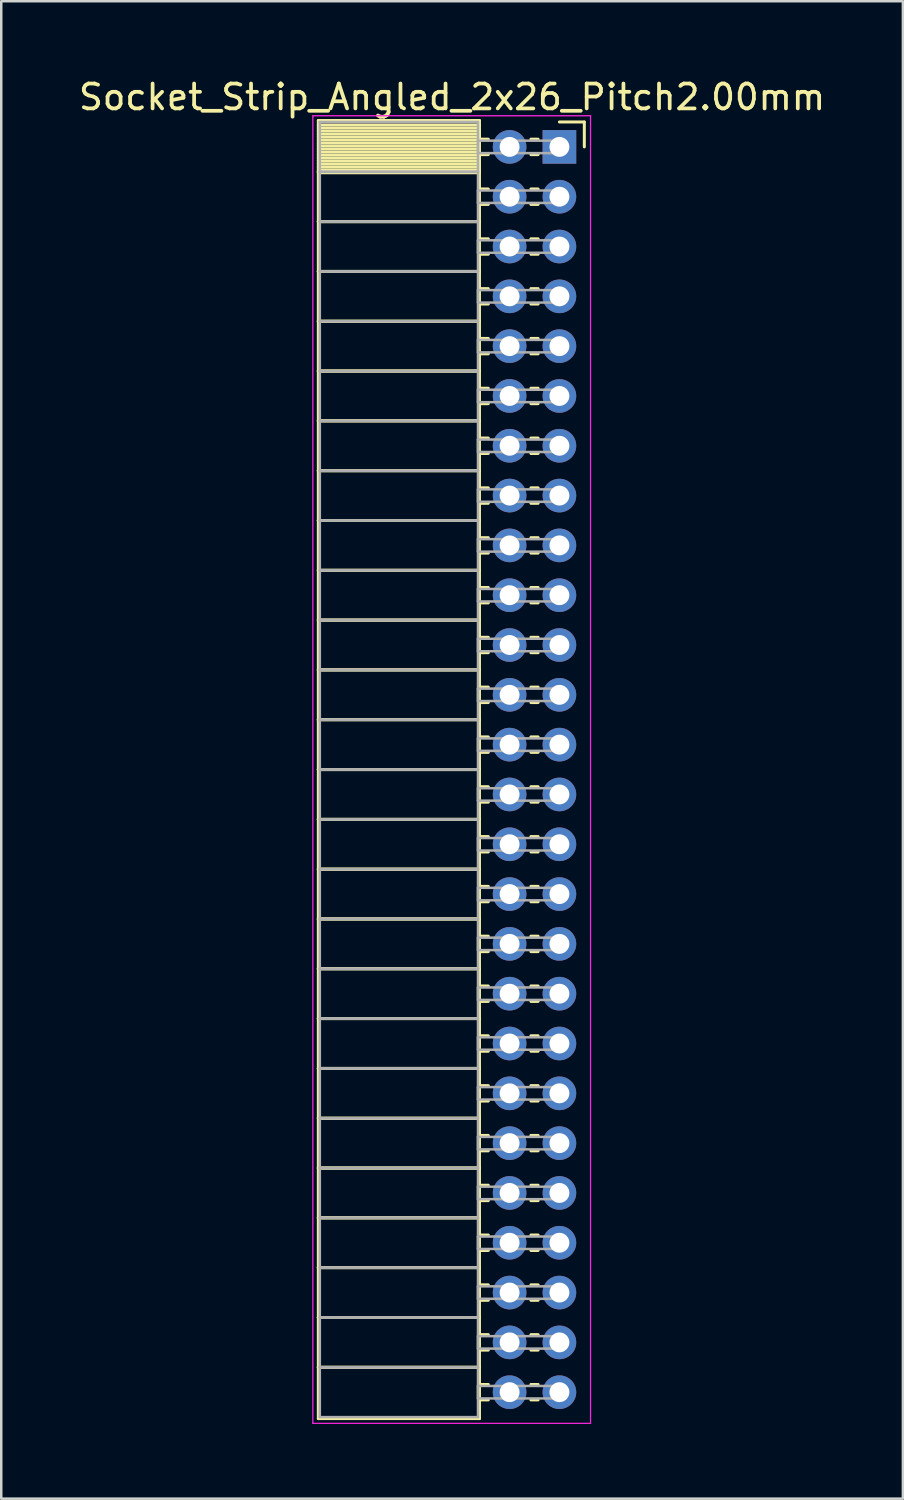
<source format=kicad_pcb>
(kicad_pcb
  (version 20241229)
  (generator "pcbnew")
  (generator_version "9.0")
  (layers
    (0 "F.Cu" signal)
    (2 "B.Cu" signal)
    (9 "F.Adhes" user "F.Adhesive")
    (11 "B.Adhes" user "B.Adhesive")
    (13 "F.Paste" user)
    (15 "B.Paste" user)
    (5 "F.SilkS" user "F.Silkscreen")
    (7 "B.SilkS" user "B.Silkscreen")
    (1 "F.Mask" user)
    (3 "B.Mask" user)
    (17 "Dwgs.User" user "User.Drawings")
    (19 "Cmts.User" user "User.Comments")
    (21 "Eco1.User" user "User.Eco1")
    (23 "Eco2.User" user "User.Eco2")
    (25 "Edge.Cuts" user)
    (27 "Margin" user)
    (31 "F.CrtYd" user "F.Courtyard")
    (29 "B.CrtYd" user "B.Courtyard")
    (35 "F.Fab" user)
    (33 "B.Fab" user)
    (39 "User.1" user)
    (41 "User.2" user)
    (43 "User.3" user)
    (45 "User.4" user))
  (footprint "Socket_Strip_Angled_2x26_Pitch2.00mm"
    (layer "F.Cu")
    (at 19.411 2.848)
    (property "Reference" "Socket_Strip_Angled_2x26_Pitch2.00mm" (at -4.31 -2 0) (layer "F.SilkS") (effects (font (size 1 1) (thickness 0.15))))
    (attr through_hole)
    (fp_line (start -9.68 -1.06) (end -3.21 -1.06) (stroke (width 0.12) (type solid)) (layer "F.SilkS"))
    (fp_line (start -9.68 1) (end -9.68 -1.06) (stroke (width 0.12) (type solid)) (layer "F.SilkS"))
    (fp_line (start -9.68 1) (end -3.21 1) (stroke (width 0.12) (type solid)) (layer "F.SilkS"))
    (fp_line (start -9.68 3) (end -9.68 1) (stroke (width 0.12) (type solid)) (layer "F.SilkS"))
    (fp_line (start -9.68 3) (end -3.21 3) (stroke (width 0.12) (type solid)) (layer "F.SilkS"))
    (fp_line (start -9.68 5) (end -9.68 3) (stroke (width 0.12) (type solid)) (layer "F.SilkS"))
    (fp_line (start -9.68 5) (end -3.21 5) (stroke (width 0.12) (type solid)) (layer "F.SilkS"))
    (fp_line (start -9.68 7) (end -9.68 5) (stroke (width 0.12) (type solid)) (layer "F.SilkS"))
    (fp_line (start -9.68 7) (end -3.21 7) (stroke (width 0.12) (type solid)) (layer "F.SilkS"))
    (fp_line (start -9.68 9) (end -9.68 7) (stroke (width 0.12) (type solid)) (layer "F.SilkS"))
    (fp_line (start -9.68 9) (end -3.21 9) (stroke (width 0.12) (type solid)) (layer "F.SilkS"))
    (fp_line (start -9.68 11) (end -9.68 9) (stroke (width 0.12) (type solid)) (layer "F.SilkS"))
    (fp_line (start -9.68 11) (end -3.21 11) (stroke (width 0.12) (type solid)) (layer "F.SilkS"))
    (fp_line (start -9.68 13) (end -9.68 11) (stroke (width 0.12) (type solid)) (layer "F.SilkS"))
    (fp_line (start -9.68 13) (end -3.21 13) (stroke (width 0.12) (type solid)) (layer "F.SilkS"))
    (fp_line (start -9.68 15) (end -9.68 13) (stroke (width 0.12) (type solid)) (layer "F.SilkS"))
    (fp_line (start -9.68 15) (end -3.21 15) (stroke (width 0.12) (type solid)) (layer "F.SilkS"))
    (fp_line (start -9.68 17) (end -9.68 15) (stroke (width 0.12) (type solid)) (layer "F.SilkS"))
    (fp_line (start -9.68 17) (end -3.21 17) (stroke (width 0.12) (type solid)) (layer "F.SilkS"))
    (fp_line (start -9.68 19) (end -9.68 17) (stroke (width 0.12) (type solid)) (layer "F.SilkS"))
    (fp_line (start -9.68 19) (end -3.21 19) (stroke (width 0.12) (type solid)) (layer "F.SilkS"))
    (fp_line (start -9.68 21) (end -9.68 19) (stroke (width 0.12) (type solid)) (layer "F.SilkS"))
    (fp_line (start -9.68 21) (end -3.21 21) (stroke (width 0.12) (type solid)) (layer "F.SilkS"))
    (fp_line (start -9.68 23) (end -9.68 21) (stroke (width 0.12) (type solid)) (layer "F.SilkS"))
    (fp_line (start -9.68 23) (end -3.21 23) (stroke (width 0.12) (type solid)) (layer "F.SilkS"))
    (fp_line (start -9.68 25) (end -9.68 23) (stroke (width 0.12) (type solid)) (layer "F.SilkS"))
    (fp_line (start -9.68 25) (end -3.21 25) (stroke (width 0.12) (type solid)) (layer "F.SilkS"))
    (fp_line (start -9.68 27) (end -9.68 25) (stroke (width 0.12) (type solid)) (layer "F.SilkS"))
    (fp_line (start -9.68 27) (end -3.21 27) (stroke (width 0.12) (type solid)) (layer "F.SilkS"))
    (fp_line (start -9.68 29) (end -9.68 27) (stroke (width 0.12) (type solid)) (layer "F.SilkS"))
    (fp_line (start -9.68 29) (end -3.21 29) (stroke (width 0.12) (type solid)) (layer "F.SilkS"))
    (fp_line (start -9.68 31) (end -9.68 29) (stroke (width 0.12) (type solid)) (layer "F.SilkS"))
    (fp_line (start -9.68 31) (end -3.21 31) (stroke (width 0.12) (type solid)) (layer "F.SilkS"))
    (fp_line (start -9.68 33) (end -9.68 31) (stroke (width 0.12) (type solid)) (layer "F.SilkS"))
    (fp_line (start -9.68 33) (end -3.21 33) (stroke (width 0.12) (type solid)) (layer "F.SilkS"))
    (fp_line (start -9.68 35) (end -9.68 33) (stroke (width 0.12) (type solid)) (layer "F.SilkS"))
    (fp_line (start -9.68 35) (end -3.21 35) (stroke (width 0.12) (type solid)) (layer "F.SilkS"))
    (fp_line (start -9.68 37) (end -9.68 35) (stroke (width 0.12) (type solid)) (layer "F.SilkS"))
    (fp_line (start -9.68 37) (end -3.21 37) (stroke (width 0.12) (type solid)) (layer "F.SilkS"))
    (fp_line (start -9.68 39) (end -9.68 37) (stroke (width 0.12) (type solid)) (layer "F.SilkS"))
    (fp_line (start -9.68 39) (end -3.21 39) (stroke (width 0.12) (type solid)) (layer "F.SilkS"))
    (fp_line (start -9.68 41) (end -9.68 39) (stroke (width 0.12) (type solid)) (layer "F.SilkS"))
    (fp_line (start -9.68 41) (end -3.21 41) (stroke (width 0.12) (type solid)) (layer "F.SilkS"))
    (fp_line (start -9.68 43) (end -9.68 41) (stroke (width 0.12) (type solid)) (layer "F.SilkS"))
    (fp_line (start -9.68 43) (end -3.21 43) (stroke (width 0.12) (type solid)) (layer "F.SilkS"))
    (fp_line (start -9.68 45) (end -9.68 43) (stroke (width 0.12) (type solid)) (layer "F.SilkS"))
    (fp_line (start -9.68 45) (end -3.21 45) (stroke (width 0.12) (type solid)) (layer "F.SilkS"))
    (fp_line (start -9.68 47) (end -9.68 45) (stroke (width 0.12) (type solid)) (layer "F.SilkS"))
    (fp_line (start -9.68 47) (end -3.21 47) (stroke (width 0.12) (type solid)) (layer "F.SilkS"))
    (fp_line (start -9.68 49) (end -9.68 47) (stroke (width 0.12) (type solid)) (layer "F.SilkS"))
    (fp_line (start -9.68 49) (end -3.21 49) (stroke (width 0.12) (type solid)) (layer "F.SilkS"))
    (fp_line (start -9.68 51.06) (end -9.68 49) (stroke (width 0.12) (type solid)) (layer "F.SilkS"))
    (fp_line (start -3.21 -1.06) (end -3.21 1) (stroke (width 0.12) (type solid)) (layer "F.SilkS"))
    (fp_line (start -3.21 -0.88) (end -9.68 -0.88) (stroke (width 0.12) (type solid)) (layer "F.SilkS"))
    (fp_line (start -3.21 -0.76) (end -9.68 -0.76) (stroke (width 0.12) (type solid)) (layer "F.SilkS"))
    (fp_line (start -3.21 -0.64) (end -9.68 -0.64) (stroke (width 0.12) (type solid)) (layer "F.SilkS"))
    (fp_line (start -3.21 -0.52) (end -9.68 -0.52) (stroke (width 0.12) (type solid)) (layer "F.SilkS"))
    (fp_line (start -3.21 -0.4) (end -9.68 -0.4) (stroke (width 0.12) (type solid)) (layer "F.SilkS"))
    (fp_line (start -3.21 -0.28) (end -9.68 -0.28) (stroke (width 0.12) (type solid)) (layer "F.SilkS"))
    (fp_line (start -3.21 -0.16) (end -9.68 -0.16) (stroke (width 0.12) (type solid)) (layer "F.SilkS"))
    (fp_line (start -3.21 -0.04) (end -9.68 -0.04) (stroke (width 0.12) (type solid)) (layer "F.SilkS"))
    (fp_line (start -3.21 0.08) (end -9.68 0.08) (stroke (width 0.12) (type solid)) (layer "F.SilkS"))
    (fp_line (start -3.21 0.2) (end -9.68 0.2) (stroke (width 0.12) (type solid)) (layer "F.SilkS"))
    (fp_line (start -3.21 0.32) (end -9.68 0.32) (stroke (width 0.12) (type solid)) (layer "F.SilkS"))
    (fp_line (start -3.21 0.44) (end -9.68 0.44) (stroke (width 0.12) (type solid)) (layer "F.SilkS"))
    (fp_line (start -3.21 0.56) (end -9.68 0.56) (stroke (width 0.12) (type solid)) (layer "F.SilkS"))
    (fp_line (start -3.21 0.68) (end -9.68 0.68) (stroke (width 0.12) (type solid)) (layer "F.SilkS"))
    (fp_line (start -3.21 0.8) (end -9.68 0.8) (stroke (width 0.12) (type solid)) (layer "F.SilkS"))
    (fp_line (start -3.21 0.92) (end -9.68 0.92) (stroke (width 0.12) (type solid)) (layer "F.SilkS"))
    (fp_line (start -3.21 1) (end -9.68 1) (stroke (width 0.12) (type solid)) (layer "F.SilkS"))
    (fp_line (start -3.21 1) (end -3.21 3) (stroke (width 0.12) (type solid)) (layer "F.SilkS"))
    (fp_line (start -3.21 1.04) (end -9.68 1.04) (stroke (width 0.12) (type solid)) (layer "F.SilkS"))
    (fp_line (start -3.21 3) (end -9.68 3) (stroke (width 0.12) (type solid)) (layer "F.SilkS"))
    (fp_line (start -3.21 3) (end -3.21 5) (stroke (width 0.12) (type solid)) (layer "F.SilkS"))
    (fp_line (start -3.21 5) (end -9.68 5) (stroke (width 0.12) (type solid)) (layer "F.SilkS"))
    (fp_line (start -3.21 5) (end -3.21 7) (stroke (width 0.12) (type solid)) (layer "F.SilkS"))
    (fp_line (start -3.21 7) (end -9.68 7) (stroke (width 0.12) (type solid)) (layer "F.SilkS"))
    (fp_line (start -3.21 7) (end -3.21 9) (stroke (width 0.12) (type solid)) (layer "F.SilkS"))
    (fp_line (start -3.21 9) (end -9.68 9) (stroke (width 0.12) (type solid)) (layer "F.SilkS"))
    (fp_line (start -3.21 9) (end -3.21 11) (stroke (width 0.12) (type solid)) (layer "F.SilkS"))
    (fp_line (start -3.21 11) (end -9.68 11) (stroke (width 0.12) (type solid)) (layer "F.SilkS"))
    (fp_line (start -3.21 11) (end -3.21 13) (stroke (width 0.12) (type solid)) (layer "F.SilkS"))
    (fp_line (start -3.21 13) (end -9.68 13) (stroke (width 0.12) (type solid)) (layer "F.SilkS"))
    (fp_line (start -3.21 13) (end -3.21 15) (stroke (width 0.12) (type solid)) (layer "F.SilkS"))
    (fp_line (start -3.21 15) (end -9.68 15) (stroke (width 0.12) (type solid)) (layer "F.SilkS"))
    (fp_line (start -3.21 15) (end -3.21 17) (stroke (width 0.12) (type solid)) (layer "F.SilkS"))
    (fp_line (start -3.21 17) (end -9.68 17) (stroke (width 0.12) (type solid)) (layer "F.SilkS"))
    (fp_line (start -3.21 17) (end -3.21 19) (stroke (width 0.12) (type solid)) (layer "F.SilkS"))
    (fp_line (start -3.21 19) (end -9.68 19) (stroke (width 0.12) (type solid)) (layer "F.SilkS"))
    (fp_line (start -3.21 19) (end -3.21 21) (stroke (width 0.12) (type solid)) (layer "F.SilkS"))
    (fp_line (start -3.21 21) (end -9.68 21) (stroke (width 0.12) (type solid)) (layer "F.SilkS"))
    (fp_line (start -3.21 21) (end -3.21 23) (stroke (width 0.12) (type solid)) (layer "F.SilkS"))
    (fp_line (start -3.21 23) (end -9.68 23) (stroke (width 0.12) (type solid)) (layer "F.SilkS"))
    (fp_line (start -3.21 23) (end -3.21 25) (stroke (width 0.12) (type solid)) (layer "F.SilkS"))
    (fp_line (start -3.21 25) (end -9.68 25) (stroke (width 0.12) (type solid)) (layer "F.SilkS"))
    (fp_line (start -3.21 25) (end -3.21 27) (stroke (width 0.12) (type solid)) (layer "F.SilkS"))
    (fp_line (start -3.21 27) (end -9.68 27) (stroke (width 0.12) (type solid)) (layer "F.SilkS"))
    (fp_line (start -3.21 27) (end -3.21 29) (stroke (width 0.12) (type solid)) (layer "F.SilkS"))
    (fp_line (start -3.21 29) (end -9.68 29) (stroke (width 0.12) (type solid)) (layer "F.SilkS"))
    (fp_line (start -3.21 29) (end -3.21 31) (stroke (width 0.12) (type solid)) (layer "F.SilkS"))
    (fp_line (start -3.21 31) (end -9.68 31) (stroke (width 0.12) (type solid)) (layer "F.SilkS"))
    (fp_line (start -3.21 31) (end -3.21 33) (stroke (width 0.12) (type solid)) (layer "F.SilkS"))
    (fp_line (start -3.21 33) (end -9.68 33) (stroke (width 0.12) (type solid)) (layer "F.SilkS"))
    (fp_line (start -3.21 33) (end -3.21 35) (stroke (width 0.12) (type solid)) (layer "F.SilkS"))
    (fp_line (start -3.21 35) (end -9.68 35) (stroke (width 0.12) (type solid)) (layer "F.SilkS"))
    (fp_line (start -3.21 35) (end -3.21 37) (stroke (width 0.12) (type solid)) (layer "F.SilkS"))
    (fp_line (start -3.21 37) (end -9.68 37) (stroke (width 0.12) (type solid)) (layer "F.SilkS"))
    (fp_line (start -3.21 37) (end -3.21 39) (stroke (width 0.12) (type solid)) (layer "F.SilkS"))
    (fp_line (start -3.21 39) (end -9.68 39) (stroke (width 0.12) (type solid)) (layer "F.SilkS"))
    (fp_line (start -3.21 39) (end -3.21 41) (stroke (width 0.12) (type solid)) (layer "F.SilkS"))
    (fp_line (start -3.21 41) (end -9.68 41) (stroke (width 0.12) (type solid)) (layer "F.SilkS"))
    (fp_line (start -3.21 41) (end -3.21 43) (stroke (width 0.12) (type solid)) (layer "F.SilkS"))
    (fp_line (start -3.21 43) (end -9.68 43) (stroke (width 0.12) (type solid)) (layer "F.SilkS"))
    (fp_line (start -3.21 43) (end -3.21 45) (stroke (width 0.12) (type solid)) (layer "F.SilkS"))
    (fp_line (start -3.21 45) (end -9.68 45) (stroke (width 0.12) (type solid)) (layer "F.SilkS"))
    (fp_line (start -3.21 45) (end -3.21 47) (stroke (width 0.12) (type solid)) (layer "F.SilkS"))
    (fp_line (start -3.21 47) (end -9.68 47) (stroke (width 0.12) (type solid)) (layer "F.SilkS"))
    (fp_line (start -3.21 47) (end -3.21 49) (stroke (width 0.12) (type solid)) (layer "F.SilkS"))
    (fp_line (start -3.21 49) (end -9.68 49) (stroke (width 0.12) (type solid)) (layer "F.SilkS"))
    (fp_line (start -3.21 49) (end -3.21 51.06) (stroke (width 0.12) (type solid)) (layer "F.SilkS"))
    (fp_line (start -3.21 51.06) (end -9.68 51.06) (stroke (width 0.12) (type solid)) (layer "F.SilkS"))
    (fp_line (start -2.855 -0.31) (end -3.21 -0.31) (stroke (width 0.12) (type solid)) (layer "F.SilkS"))
    (fp_line (start -2.855 0.31) (end -3.21 0.31) (stroke (width 0.12) (type solid)) (layer "F.SilkS"))
    (fp_line (start -2.855 1.69) (end -3.21 1.69) (stroke (width 0.12) (type solid)) (layer "F.SilkS"))
    (fp_line (start -2.855 2.31) (end -3.21 2.31) (stroke (width 0.12) (type solid)) (layer "F.SilkS"))
    (fp_line (start -2.855 3.69) (end -3.21 3.69) (stroke (width 0.12) (type solid)) (layer "F.SilkS"))
    (fp_line (start -2.855 4.31) (end -3.21 4.31) (stroke (width 0.12) (type solid)) (layer "F.SilkS"))
    (fp_line (start -2.855 5.69) (end -3.21 5.69) (stroke (width 0.12) (type solid)) (layer "F.SilkS"))
    (fp_line (start -2.855 6.31) (end -3.21 6.31) (stroke (width 0.12) (type solid)) (layer "F.SilkS"))
    (fp_line (start -2.855 7.69) (end -3.21 7.69) (stroke (width 0.12) (type solid)) (layer "F.SilkS"))
    (fp_line (start -2.855 8.31) (end -3.21 8.31) (stroke (width 0.12) (type solid)) (layer "F.SilkS"))
    (fp_line (start -2.855 9.69) (end -3.21 9.69) (stroke (width 0.12) (type solid)) (layer "F.SilkS"))
    (fp_line (start -2.855 10.31) (end -3.21 10.31) (stroke (width 0.12) (type solid)) (layer "F.SilkS"))
    (fp_line (start -2.855 11.69) (end -3.21 11.69) (stroke (width 0.12) (type solid)) (layer "F.SilkS"))
    (fp_line (start -2.855 12.31) (end -3.21 12.31) (stroke (width 0.12) (type solid)) (layer "F.SilkS"))
    (fp_line (start -2.855 13.69) (end -3.21 13.69) (stroke (width 0.12) (type solid)) (layer "F.SilkS"))
    (fp_line (start -2.855 14.31) (end -3.21 14.31) (stroke (width 0.12) (type solid)) (layer "F.SilkS"))
    (fp_line (start -2.855 15.69) (end -3.21 15.69) (stroke (width 0.12) (type solid)) (layer "F.SilkS"))
    (fp_line (start -2.855 16.31) (end -3.21 16.31) (stroke (width 0.12) (type solid)) (layer "F.SilkS"))
    (fp_line (start -2.855 17.69) (end -3.21 17.69) (stroke (width 0.12) (type solid)) (layer "F.SilkS"))
    (fp_line (start -2.855 18.31) (end -3.21 18.31) (stroke (width 0.12) (type solid)) (layer "F.SilkS"))
    (fp_line (start -2.855 19.69) (end -3.21 19.69) (stroke (width 0.12) (type solid)) (layer "F.SilkS"))
    (fp_line (start -2.855 20.31) (end -3.21 20.31) (stroke (width 0.12) (type solid)) (layer "F.SilkS"))
    (fp_line (start -2.855 21.69) (end -3.21 21.69) (stroke (width 0.12) (type solid)) (layer "F.SilkS"))
    (fp_line (start -2.855 22.31) (end -3.21 22.31) (stroke (width 0.12) (type solid)) (layer "F.SilkS"))
    (fp_line (start -2.855 23.69) (end -3.21 23.69) (stroke (width 0.12) (type solid)) (layer "F.SilkS"))
    (fp_line (start -2.855 24.31) (end -3.21 24.31) (stroke (width 0.12) (type solid)) (layer "F.SilkS"))
    (fp_line (start -2.855 25.69) (end -3.21 25.69) (stroke (width 0.12) (type solid)) (layer "F.SilkS"))
    (fp_line (start -2.855 26.31) (end -3.21 26.31) (stroke (width 0.12) (type solid)) (layer "F.SilkS"))
    (fp_line (start -2.855 27.69) (end -3.21 27.69) (stroke (width 0.12) (type solid)) (layer "F.SilkS"))
    (fp_line (start -2.855 28.31) (end -3.21 28.31) (stroke (width 0.12) (type solid)) (layer "F.SilkS"))
    (fp_line (start -2.855 29.69) (end -3.21 29.69) (stroke (width 0.12) (type solid)) (layer "F.SilkS"))
    (fp_line (start -2.855 30.31) (end -3.21 30.31) (stroke (width 0.12) (type solid)) (layer "F.SilkS"))
    (fp_line (start -2.855 31.69) (end -3.21 31.69) (stroke (width 0.12) (type solid)) (layer "F.SilkS"))
    (fp_line (start -2.855 32.31) (end -3.21 32.31) (stroke (width 0.12) (type solid)) (layer "F.SilkS"))
    (fp_line (start -2.855 33.69) (end -3.21 33.69) (stroke (width 0.12) (type solid)) (layer "F.SilkS"))
    (fp_line (start -2.855 34.31) (end -3.21 34.31) (stroke (width 0.12) (type solid)) (layer "F.SilkS"))
    (fp_line (start -2.855 35.69) (end -3.21 35.69) (stroke (width 0.12) (type solid)) (layer "F.SilkS"))
    (fp_line (start -2.855 36.31) (end -3.21 36.31) (stroke (width 0.12) (type solid)) (layer "F.SilkS"))
    (fp_line (start -2.855 37.69) (end -3.21 37.69) (stroke (width 0.12) (type solid)) (layer "F.SilkS"))
    (fp_line (start -2.855 38.31) (end -3.21 38.31) (stroke (width 0.12) (type solid)) (layer "F.SilkS"))
    (fp_line (start -2.855 39.69) (end -3.21 39.69) (stroke (width 0.12) (type solid)) (layer "F.SilkS"))
    (fp_line (start -2.855 40.31) (end -3.21 40.31) (stroke (width 0.12) (type solid)) (layer "F.SilkS"))
    (fp_line (start -2.855 41.69) (end -3.21 41.69) (stroke (width 0.12) (type solid)) (layer "F.SilkS"))
    (fp_line (start -2.855 42.31) (end -3.21 42.31) (stroke (width 0.12) (type solid)) (layer "F.SilkS"))
    (fp_line (start -2.855 43.69) (end -3.21 43.69) (stroke (width 0.12) (type solid)) (layer "F.SilkS"))
    (fp_line (start -2.855 44.31) (end -3.21 44.31) (stroke (width 0.12) (type solid)) (layer "F.SilkS"))
    (fp_line (start -2.855 45.69) (end -3.21 45.69) (stroke (width 0.12) (type solid)) (layer "F.SilkS"))
    (fp_line (start -2.855 46.31) (end -3.21 46.31) (stroke (width 0.12) (type solid)) (layer "F.SilkS"))
    (fp_line (start -2.855 47.69) (end -3.21 47.69) (stroke (width 0.12) (type solid)) (layer "F.SilkS"))
    (fp_line (start -2.855 48.31) (end -3.21 48.31) (stroke (width 0.12) (type solid)) (layer "F.SilkS"))
    (fp_line (start -2.855 49.69) (end -3.21 49.69) (stroke (width 0.12) (type solid)) (layer "F.SilkS"))
    (fp_line (start -2.855 50.31) (end -3.21 50.31) (stroke (width 0.12) (type solid)) (layer "F.SilkS"))
    (fp_line (start -0.855 -0.31) (end -1.145 -0.31) (stroke (width 0.12) (type solid)) (layer "F.SilkS"))
    (fp_line (start -0.855 0.31) (end -1.145 0.31) (stroke (width 0.12) (type solid)) (layer "F.SilkS"))
    (fp_line (start -0.855 1.69) (end -1.145 1.69) (stroke (width 0.12) (type solid)) (layer "F.SilkS"))
    (fp_line (start -0.855 2.31) (end -1.145 2.31) (stroke (width 0.12) (type solid)) (layer "F.SilkS"))
    (fp_line (start -0.855 3.69) (end -1.145 3.69) (stroke (width 0.12) (type solid)) (layer "F.SilkS"))
    (fp_line (start -0.855 4.31) (end -1.145 4.31) (stroke (width 0.12) (type solid)) (layer "F.SilkS"))
    (fp_line (start -0.855 5.69) (end -1.145 5.69) (stroke (width 0.12) (type solid)) (layer "F.SilkS"))
    (fp_line (start -0.855 6.31) (end -1.145 6.31) (stroke (width 0.12) (type solid)) (layer "F.SilkS"))
    (fp_line (start -0.855 7.69) (end -1.145 7.69) (stroke (width 0.12) (type solid)) (layer "F.SilkS"))
    (fp_line (start -0.855 8.31) (end -1.145 8.31) (stroke (width 0.12) (type solid)) (layer "F.SilkS"))
    (fp_line (start -0.855 9.69) (end -1.145 9.69) (stroke (width 0.12) (type solid)) (layer "F.SilkS"))
    (fp_line (start -0.855 10.31) (end -1.145 10.31) (stroke (width 0.12) (type solid)) (layer "F.SilkS"))
    (fp_line (start -0.855 11.69) (end -1.145 11.69) (stroke (width 0.12) (type solid)) (layer "F.SilkS"))
    (fp_line (start -0.855 12.31) (end -1.145 12.31) (stroke (width 0.12) (type solid)) (layer "F.SilkS"))
    (fp_line (start -0.855 13.69) (end -1.145 13.69) (stroke (width 0.12) (type solid)) (layer "F.SilkS"))
    (fp_line (start -0.855 14.31) (end -1.145 14.31) (stroke (width 0.12) (type solid)) (layer "F.SilkS"))
    (fp_line (start -0.855 15.69) (end -1.145 15.69) (stroke (width 0.12) (type solid)) (layer "F.SilkS"))
    (fp_line (start -0.855 16.31) (end -1.145 16.31) (stroke (width 0.12) (type solid)) (layer "F.SilkS"))
    (fp_line (start -0.855 17.69) (end -1.145 17.69) (stroke (width 0.12) (type solid)) (layer "F.SilkS"))
    (fp_line (start -0.855 18.31) (end -1.145 18.31) (stroke (width 0.12) (type solid)) (layer "F.SilkS"))
    (fp_line (start -0.855 19.69) (end -1.145 19.69) (stroke (width 0.12) (type solid)) (layer "F.SilkS"))
    (fp_line (start -0.855 20.31) (end -1.145 20.31) (stroke (width 0.12) (type solid)) (layer "F.SilkS"))
    (fp_line (start -0.855 21.69) (end -1.145 21.69) (stroke (width 0.12) (type solid)) (layer "F.SilkS"))
    (fp_line (start -0.855 22.31) (end -1.145 22.31) (stroke (width 0.12) (type solid)) (layer "F.SilkS"))
    (fp_line (start -0.855 23.69) (end -1.145 23.69) (stroke (width 0.12) (type solid)) (layer "F.SilkS"))
    (fp_line (start -0.855 24.31) (end -1.145 24.31) (stroke (width 0.12) (type solid)) (layer "F.SilkS"))
    (fp_line (start -0.855 25.69) (end -1.145 25.69) (stroke (width 0.12) (type solid)) (layer "F.SilkS"))
    (fp_line (start -0.855 26.31) (end -1.145 26.31) (stroke (width 0.12) (type solid)) (layer "F.SilkS"))
    (fp_line (start -0.855 27.69) (end -1.145 27.69) (stroke (width 0.12) (type solid)) (layer "F.SilkS"))
    (fp_line (start -0.855 28.31) (end -1.145 28.31) (stroke (width 0.12) (type solid)) (layer "F.SilkS"))
    (fp_line (start -0.855 29.69) (end -1.145 29.69) (stroke (width 0.12) (type solid)) (layer "F.SilkS"))
    (fp_line (start -0.855 30.31) (end -1.145 30.31) (stroke (width 0.12) (type solid)) (layer "F.SilkS"))
    (fp_line (start -0.855 31.69) (end -1.145 31.69) (stroke (width 0.12) (type solid)) (layer "F.SilkS"))
    (fp_line (start -0.855 32.31) (end -1.145 32.31) (stroke (width 0.12) (type solid)) (layer "F.SilkS"))
    (fp_line (start -0.855 33.69) (end -1.145 33.69) (stroke (width 0.12) (type solid)) (layer "F.SilkS"))
    (fp_line (start -0.855 34.31) (end -1.145 34.31) (stroke (width 0.12) (type solid)) (layer "F.SilkS"))
    (fp_line (start -0.855 35.69) (end -1.145 35.69) (stroke (width 0.12) (type solid)) (layer "F.SilkS"))
    (fp_line (start -0.855 36.31) (end -1.145 36.31) (stroke (width 0.12) (type solid)) (layer "F.SilkS"))
    (fp_line (start -0.855 37.69) (end -1.145 37.69) (stroke (width 0.12) (type solid)) (layer "F.SilkS"))
    (fp_line (start -0.855 38.31) (end -1.145 38.31) (stroke (width 0.12) (type solid)) (layer "F.SilkS"))
    (fp_line (start -0.855 39.69) (end -1.145 39.69) (stroke (width 0.12) (type solid)) (layer "F.SilkS"))
    (fp_line (start -0.855 40.31) (end -1.145 40.31) (stroke (width 0.12) (type solid)) (layer "F.SilkS"))
    (fp_line (start -0.855 41.69) (end -1.145 41.69) (stroke (width 0.12) (type solid)) (layer "F.SilkS"))
    (fp_line (start -0.855 42.31) (end -1.145 42.31) (stroke (width 0.12) (type solid)) (layer "F.SilkS"))
    (fp_line (start -0.855 43.69) (end -1.145 43.69) (stroke (width 0.12) (type solid)) (layer "F.SilkS"))
    (fp_line (start -0.855 44.31) (end -1.145 44.31) (stroke (width 0.12) (type solid)) (layer "F.SilkS"))
    (fp_line (start -0.855 45.69) (end -1.145 45.69) (stroke (width 0.12) (type solid)) (layer "F.SilkS"))
    (fp_line (start -0.855 46.31) (end -1.145 46.31) (stroke (width 0.12) (type solid)) (layer "F.SilkS"))
    (fp_line (start -0.855 47.69) (end -1.145 47.69) (stroke (width 0.12) (type solid)) (layer "F.SilkS"))
    (fp_line (start -0.855 48.31) (end -1.145 48.31) (stroke (width 0.12) (type solid)) (layer "F.SilkS"))
    (fp_line (start -0.855 49.69) (end -1.145 49.69) (stroke (width 0.12) (type solid)) (layer "F.SilkS"))
    (fp_line (start -0.855 50.31) (end -1.145 50.31) (stroke (width 0.12) (type solid)) (layer "F.SilkS"))
    (fp_line (start 0 -1) (end 1 -1) (stroke (width 0.12) (type solid)) (layer "F.SilkS"))
    (fp_line (start 1 -1) (end 1 0) (stroke (width 0.12) (type solid)) (layer "F.SilkS"))
    (fp_line (start -9.9 -1.25) (end 1.25 -1.25) (stroke (width 0.05) (type solid)) (layer "F.CrtYd"))
    (fp_line (start -9.9 51.25) (end -9.9 -1.25) (stroke (width 0.05) (type solid)) (layer "F.CrtYd"))
    (fp_line (start 1.25 -1.25) (end 1.25 51.25) (stroke (width 0.05) (type solid)) (layer "F.CrtYd"))
    (fp_line (start 1.25 51.25) (end -9.9 51.25) (stroke (width 0.05) (type solid)) (layer "F.CrtYd"))
    (fp_line (start -9.62 -1) (end -3.27 -1) (stroke (width 0.1) (type solid)) (layer "F.Fab"))
    (fp_line (start -9.62 1) (end -9.62 -1) (stroke (width 0.1) (type solid)) (layer "F.Fab"))
    (fp_line (start -9.62 1) (end -3.27 1) (stroke (width 0.1) (type solid)) (layer "F.Fab"))
    (fp_line (start -9.62 3) (end -9.62 1) (stroke (width 0.1) (type solid)) (layer "F.Fab"))
    (fp_line (start -9.62 3) (end -3.27 3) (stroke (width 0.1) (type solid)) (layer "F.Fab"))
    (fp_line (start -9.62 5) (end -9.62 3) (stroke (width 0.1) (type solid)) (layer "F.Fab"))
    (fp_line (start -9.62 5) (end -3.27 5) (stroke (width 0.1) (type solid)) (layer "F.Fab"))
    (fp_line (start -9.62 7) (end -9.62 5) (stroke (width 0.1) (type solid)) (layer "F.Fab"))
    (fp_line (start -9.62 7) (end -3.27 7) (stroke (width 0.1) (type solid)) (layer "F.Fab"))
    (fp_line (start -9.62 9) (end -9.62 7) (stroke (width 0.1) (type solid)) (layer "F.Fab"))
    (fp_line (start -9.62 9) (end -3.27 9) (stroke (width 0.1) (type solid)) (layer "F.Fab"))
    (fp_line (start -9.62 11) (end -9.62 9) (stroke (width 0.1) (type solid)) (layer "F.Fab"))
    (fp_line (start -9.62 11) (end -3.27 11) (stroke (width 0.1) (type solid)) (layer "F.Fab"))
    (fp_line (start -9.62 13) (end -9.62 11) (stroke (width 0.1) (type solid)) (layer "F.Fab"))
    (fp_line (start -9.62 13) (end -3.27 13) (stroke (width 0.1) (type solid)) (layer "F.Fab"))
    (fp_line (start -9.62 15) (end -9.62 13) (stroke (width 0.1) (type solid)) (layer "F.Fab"))
    (fp_line (start -9.62 15) (end -3.27 15) (stroke (width 0.1) (type solid)) (layer "F.Fab"))
    (fp_line (start -9.62 17) (end -9.62 15) (stroke (width 0.1) (type solid)) (layer "F.Fab"))
    (fp_line (start -9.62 17) (end -3.27 17) (stroke (width 0.1) (type solid)) (layer "F.Fab"))
    (fp_line (start -9.62 19) (end -9.62 17) (stroke (width 0.1) (type solid)) (layer "F.Fab"))
    (fp_line (start -9.62 19) (end -3.27 19) (stroke (width 0.1) (type solid)) (layer "F.Fab"))
    (fp_line (start -9.62 21) (end -9.62 19) (stroke (width 0.1) (type solid)) (layer "F.Fab"))
    (fp_line (start -9.62 21) (end -3.27 21) (stroke (width 0.1) (type solid)) (layer "F.Fab"))
    (fp_line (start -9.62 23) (end -9.62 21) (stroke (width 0.1) (type solid)) (layer "F.Fab"))
    (fp_line (start -9.62 23) (end -3.27 23) (stroke (width 0.1) (type solid)) (layer "F.Fab"))
    (fp_line (start -9.62 25) (end -9.62 23) (stroke (width 0.1) (type solid)) (layer "F.Fab"))
    (fp_line (start -9.62 25) (end -3.27 25) (stroke (width 0.1) (type solid)) (layer "F.Fab"))
    (fp_line (start -9.62 27) (end -9.62 25) (stroke (width 0.1) (type solid)) (layer "F.Fab"))
    (fp_line (start -9.62 27) (end -3.27 27) (stroke (width 0.1) (type solid)) (layer "F.Fab"))
    (fp_line (start -9.62 29) (end -9.62 27) (stroke (width 0.1) (type solid)) (layer "F.Fab"))
    (fp_line (start -9.62 29) (end -3.27 29) (stroke (width 0.1) (type solid)) (layer "F.Fab"))
    (fp_line (start -9.62 31) (end -9.62 29) (stroke (width 0.1) (type solid)) (layer "F.Fab"))
    (fp_line (start -9.62 31) (end -3.27 31) (stroke (width 0.1) (type solid)) (layer "F.Fab"))
    (fp_line (start -9.62 33) (end -9.62 31) (stroke (width 0.1) (type solid)) (layer "F.Fab"))
    (fp_line (start -9.62 33) (end -3.27 33) (stroke (width 0.1) (type solid)) (layer "F.Fab"))
    (fp_line (start -9.62 35) (end -9.62 33) (stroke (width 0.1) (type solid)) (layer "F.Fab"))
    (fp_line (start -9.62 35) (end -3.27 35) (stroke (width 0.1) (type solid)) (layer "F.Fab"))
    (fp_line (start -9.62 37) (end -9.62 35) (stroke (width 0.1) (type solid)) (layer "F.Fab"))
    (fp_line (start -9.62 37) (end -3.27 37) (stroke (width 0.1) (type solid)) (layer "F.Fab"))
    (fp_line (start -9.62 39) (end -9.62 37) (stroke (width 0.1) (type solid)) (layer "F.Fab"))
    (fp_line (start -9.62 39) (end -3.27 39) (stroke (width 0.1) (type solid)) (layer "F.Fab"))
    (fp_line (start -9.62 41) (end -9.62 39) (stroke (width 0.1) (type solid)) (layer "F.Fab"))
    (fp_line (start -9.62 41) (end -3.27 41) (stroke (width 0.1) (type solid)) (layer "F.Fab"))
    (fp_line (start -9.62 43) (end -9.62 41) (stroke (width 0.1) (type solid)) (layer "F.Fab"))
    (fp_line (start -9.62 43) (end -3.27 43) (stroke (width 0.1) (type solid)) (layer "F.Fab"))
    (fp_line (start -9.62 45) (end -9.62 43) (stroke (width 0.1) (type solid)) (layer "F.Fab"))
    (fp_line (start -9.62 45) (end -3.27 45) (stroke (width 0.1) (type solid)) (layer "F.Fab"))
    (fp_line (start -9.62 47) (end -9.62 45) (stroke (width 0.1) (type solid)) (layer "F.Fab"))
    (fp_line (start -9.62 47) (end -3.27 47) (stroke (width 0.1) (type solid)) (layer "F.Fab"))
    (fp_line (start -9.62 49) (end -9.62 47) (stroke (width 0.1) (type solid)) (layer "F.Fab"))
    (fp_line (start -9.62 49) (end -3.27 49) (stroke (width 0.1) (type solid)) (layer "F.Fab"))
    (fp_line (start -9.62 51) (end -9.62 49) (stroke (width 0.1) (type solid)) (layer "F.Fab"))
    (fp_line (start -3.27 -1) (end -3.27 1) (stroke (width 0.1) (type solid)) (layer "F.Fab"))
    (fp_line (start -3.27 -0.25) (end 0 -0.25) (stroke (width 0.1) (type solid)) (layer "F.Fab"))
    (fp_line (start -3.27 0.25) (end -3.27 -0.25) (stroke (width 0.1) (type solid)) (layer "F.Fab"))
    (fp_line (start -3.27 1) (end -9.62 1) (stroke (width 0.1) (type solid)) (layer "F.Fab"))
    (fp_line (start -3.27 1) (end -3.27 3) (stroke (width 0.1) (type solid)) (layer "F.Fab"))
    (fp_line (start -3.27 1.75) (end 0 1.75) (stroke (width 0.1) (type solid)) (layer "F.Fab"))
    (fp_line (start -3.27 2.25) (end -3.27 1.75) (stroke (width 0.1) (type solid)) (layer "F.Fab"))
    (fp_line (start -3.27 3) (end -9.62 3) (stroke (width 0.1) (type solid)) (layer "F.Fab"))
    (fp_line (start -3.27 3) (end -3.27 5) (stroke (width 0.1) (type solid)) (layer "F.Fab"))
    (fp_line (start -3.27 3.75) (end 0 3.75) (stroke (width 0.1) (type solid)) (layer "F.Fab"))
    (fp_line (start -3.27 4.25) (end -3.27 3.75) (stroke (width 0.1) (type solid)) (layer "F.Fab"))
    (fp_line (start -3.27 5) (end -9.62 5) (stroke (width 0.1) (type solid)) (layer "F.Fab"))
    (fp_line (start -3.27 5) (end -3.27 7) (stroke (width 0.1) (type solid)) (layer "F.Fab"))
    (fp_line (start -3.27 5.75) (end 0 5.75) (stroke (width 0.1) (type solid)) (layer "F.Fab"))
    (fp_line (start -3.27 6.25) (end -3.27 5.75) (stroke (width 0.1) (type solid)) (layer "F.Fab"))
    (fp_line (start -3.27 7) (end -9.62 7) (stroke (width 0.1) (type solid)) (layer "F.Fab"))
    (fp_line (start -3.27 7) (end -3.27 9) (stroke (width 0.1) (type solid)) (layer "F.Fab"))
    (fp_line (start -3.27 7.75) (end 0 7.75) (stroke (width 0.1) (type solid)) (layer "F.Fab"))
    (fp_line (start -3.27 8.25) (end -3.27 7.75) (stroke (width 0.1) (type solid)) (layer "F.Fab"))
    (fp_line (start -3.27 9) (end -9.62 9) (stroke (width 0.1) (type solid)) (layer "F.Fab"))
    (fp_line (start -3.27 9) (end -3.27 11) (stroke (width 0.1) (type solid)) (layer "F.Fab"))
    (fp_line (start -3.27 9.75) (end 0 9.75) (stroke (width 0.1) (type solid)) (layer "F.Fab"))
    (fp_line (start -3.27 10.25) (end -3.27 9.75) (stroke (width 0.1) (type solid)) (layer "F.Fab"))
    (fp_line (start -3.27 11) (end -9.62 11) (stroke (width 0.1) (type solid)) (layer "F.Fab"))
    (fp_line (start -3.27 11) (end -3.27 13) (stroke (width 0.1) (type solid)) (layer "F.Fab"))
    (fp_line (start -3.27 11.75) (end 0 11.75) (stroke (width 0.1) (type solid)) (layer "F.Fab"))
    (fp_line (start -3.27 12.25) (end -3.27 11.75) (stroke (width 0.1) (type solid)) (layer "F.Fab"))
    (fp_line (start -3.27 13) (end -9.62 13) (stroke (width 0.1) (type solid)) (layer "F.Fab"))
    (fp_line (start -3.27 13) (end -3.27 15) (stroke (width 0.1) (type solid)) (layer "F.Fab"))
    (fp_line (start -3.27 13.75) (end 0 13.75) (stroke (width 0.1) (type solid)) (layer "F.Fab"))
    (fp_line (start -3.27 14.25) (end -3.27 13.75) (stroke (width 0.1) (type solid)) (layer "F.Fab"))
    (fp_line (start -3.27 15) (end -9.62 15) (stroke (width 0.1) (type solid)) (layer "F.Fab"))
    (fp_line (start -3.27 15) (end -3.27 17) (stroke (width 0.1) (type solid)) (layer "F.Fab"))
    (fp_line (start -3.27 15.75) (end 0 15.75) (stroke (width 0.1) (type solid)) (layer "F.Fab"))
    (fp_line (start -3.27 16.25) (end -3.27 15.75) (stroke (width 0.1) (type solid)) (layer "F.Fab"))
    (fp_line (start -3.27 17) (end -9.62 17) (stroke (width 0.1) (type solid)) (layer "F.Fab"))
    (fp_line (start -3.27 17) (end -3.27 19) (stroke (width 0.1) (type solid)) (layer "F.Fab"))
    (fp_line (start -3.27 17.75) (end 0 17.75) (stroke (width 0.1) (type solid)) (layer "F.Fab"))
    (fp_line (start -3.27 18.25) (end -3.27 17.75) (stroke (width 0.1) (type solid)) (layer "F.Fab"))
    (fp_line (start -3.27 19) (end -9.62 19) (stroke (width 0.1) (type solid)) (layer "F.Fab"))
    (fp_line (start -3.27 19) (end -3.27 21) (stroke (width 0.1) (type solid)) (layer "F.Fab"))
    (fp_line (start -3.27 19.75) (end 0 19.75) (stroke (width 0.1) (type solid)) (layer "F.Fab"))
    (fp_line (start -3.27 20.25) (end -3.27 19.75) (stroke (width 0.1) (type solid)) (layer "F.Fab"))
    (fp_line (start -3.27 21) (end -9.62 21) (stroke (width 0.1) (type solid)) (layer "F.Fab"))
    (fp_line (start -3.27 21) (end -3.27 23) (stroke (width 0.1) (type solid)) (layer "F.Fab"))
    (fp_line (start -3.27 21.75) (end 0 21.75) (stroke (width 0.1) (type solid)) (layer "F.Fab"))
    (fp_line (start -3.27 22.25) (end -3.27 21.75) (stroke (width 0.1) (type solid)) (layer "F.Fab"))
    (fp_line (start -3.27 23) (end -9.62 23) (stroke (width 0.1) (type solid)) (layer "F.Fab"))
    (fp_line (start -3.27 23) (end -3.27 25) (stroke (width 0.1) (type solid)) (layer "F.Fab"))
    (fp_line (start -3.27 23.75) (end 0 23.75) (stroke (width 0.1) (type solid)) (layer "F.Fab"))
    (fp_line (start -3.27 24.25) (end -3.27 23.75) (stroke (width 0.1) (type solid)) (layer "F.Fab"))
    (fp_line (start -3.27 25) (end -9.62 25) (stroke (width 0.1) (type solid)) (layer "F.Fab"))
    (fp_line (start -3.27 25) (end -3.27 27) (stroke (width 0.1) (type solid)) (layer "F.Fab"))
    (fp_line (start -3.27 25.75) (end 0 25.75) (stroke (width 0.1) (type solid)) (layer "F.Fab"))
    (fp_line (start -3.27 26.25) (end -3.27 25.75) (stroke (width 0.1) (type solid)) (layer "F.Fab"))
    (fp_line (start -3.27 27) (end -9.62 27) (stroke (width 0.1) (type solid)) (layer "F.Fab"))
    (fp_line (start -3.27 27) (end -3.27 29) (stroke (width 0.1) (type solid)) (layer "F.Fab"))
    (fp_line (start -3.27 27.75) (end 0 27.75) (stroke (width 0.1) (type solid)) (layer "F.Fab"))
    (fp_line (start -3.27 28.25) (end -3.27 27.75) (stroke (width 0.1) (type solid)) (layer "F.Fab"))
    (fp_line (start -3.27 29) (end -9.62 29) (stroke (width 0.1) (type solid)) (layer "F.Fab"))
    (fp_line (start -3.27 29) (end -3.27 31) (stroke (width 0.1) (type solid)) (layer "F.Fab"))
    (fp_line (start -3.27 29.75) (end 0 29.75) (stroke (width 0.1) (type solid)) (layer "F.Fab"))
    (fp_line (start -3.27 30.25) (end -3.27 29.75) (stroke (width 0.1) (type solid)) (layer "F.Fab"))
    (fp_line (start -3.27 31) (end -9.62 31) (stroke (width 0.1) (type solid)) (layer "F.Fab"))
    (fp_line (start -3.27 31) (end -3.27 33) (stroke (width 0.1) (type solid)) (layer "F.Fab"))
    (fp_line (start -3.27 31.75) (end 0 31.75) (stroke (width 0.1) (type solid)) (layer "F.Fab"))
    (fp_line (start -3.27 32.25) (end -3.27 31.75) (stroke (width 0.1) (type solid)) (layer "F.Fab"))
    (fp_line (start -3.27 33) (end -9.62 33) (stroke (width 0.1) (type solid)) (layer "F.Fab"))
    (fp_line (start -3.27 33) (end -3.27 35) (stroke (width 0.1) (type solid)) (layer "F.Fab"))
    (fp_line (start -3.27 33.75) (end 0 33.75) (stroke (width 0.1) (type solid)) (layer "F.Fab"))
    (fp_line (start -3.27 34.25) (end -3.27 33.75) (stroke (width 0.1) (type solid)) (layer "F.Fab"))
    (fp_line (start -3.27 35) (end -9.62 35) (stroke (width 0.1) (type solid)) (layer "F.Fab"))
    (fp_line (start -3.27 35) (end -3.27 37) (stroke (width 0.1) (type solid)) (layer "F.Fab"))
    (fp_line (start -3.27 35.75) (end 0 35.75) (stroke (width 0.1) (type solid)) (layer "F.Fab"))
    (fp_line (start -3.27 36.25) (end -3.27 35.75) (stroke (width 0.1) (type solid)) (layer "F.Fab"))
    (fp_line (start -3.27 37) (end -9.62 37) (stroke (width 0.1) (type solid)) (layer "F.Fab"))
    (fp_line (start -3.27 37) (end -3.27 39) (stroke (width 0.1) (type solid)) (layer "F.Fab"))
    (fp_line (start -3.27 37.75) (end 0 37.75) (stroke (width 0.1) (type solid)) (layer "F.Fab"))
    (fp_line (start -3.27 38.25) (end -3.27 37.75) (stroke (width 0.1) (type solid)) (layer "F.Fab"))
    (fp_line (start -3.27 39) (end -9.62 39) (stroke (width 0.1) (type solid)) (layer "F.Fab"))
    (fp_line (start -3.27 39) (end -3.27 41) (stroke (width 0.1) (type solid)) (layer "F.Fab"))
    (fp_line (start -3.27 39.75) (end 0 39.75) (stroke (width 0.1) (type solid)) (layer "F.Fab"))
    (fp_line (start -3.27 40.25) (end -3.27 39.75) (stroke (width 0.1) (type solid)) (layer "F.Fab"))
    (fp_line (start -3.27 41) (end -9.62 41) (stroke (width 0.1) (type solid)) (layer "F.Fab"))
    (fp_line (start -3.27 41) (end -3.27 43) (stroke (width 0.1) (type solid)) (layer "F.Fab"))
    (fp_line (start -3.27 41.75) (end 0 41.75) (stroke (width 0.1) (type solid)) (layer "F.Fab"))
    (fp_line (start -3.27 42.25) (end -3.27 41.75) (stroke (width 0.1) (type solid)) (layer "F.Fab"))
    (fp_line (start -3.27 43) (end -9.62 43) (stroke (width 0.1) (type solid)) (layer "F.Fab"))
    (fp_line (start -3.27 43) (end -3.27 45) (stroke (width 0.1) (type solid)) (layer "F.Fab"))
    (fp_line (start -3.27 43.75) (end 0 43.75) (stroke (width 0.1) (type solid)) (layer "F.Fab"))
    (fp_line (start -3.27 44.25) (end -3.27 43.75) (stroke (width 0.1) (type solid)) (layer "F.Fab"))
    (fp_line (start -3.27 45) (end -9.62 45) (stroke (width 0.1) (type solid)) (layer "F.Fab"))
    (fp_line (start -3.27 45) (end -3.27 47) (stroke (width 0.1) (type solid)) (layer "F.Fab"))
    (fp_line (start -3.27 45.75) (end 0 45.75) (stroke (width 0.1) (type solid)) (layer "F.Fab"))
    (fp_line (start -3.27 46.25) (end -3.27 45.75) (stroke (width 0.1) (type solid)) (layer "F.Fab"))
    (fp_line (start -3.27 47) (end -9.62 47) (stroke (width 0.1) (type solid)) (layer "F.Fab"))
    (fp_line (start -3.27 47) (end -3.27 49) (stroke (width 0.1) (type solid)) (layer "F.Fab"))
    (fp_line (start -3.27 47.75) (end 0 47.75) (stroke (width 0.1) (type solid)) (layer "F.Fab"))
    (fp_line (start -3.27 48.25) (end -3.27 47.75) (stroke (width 0.1) (type solid)) (layer "F.Fab"))
    (fp_line (start -3.27 49) (end -9.62 49) (stroke (width 0.1) (type solid)) (layer "F.Fab"))
    (fp_line (start -3.27 49) (end -3.27 51) (stroke (width 0.1) (type solid)) (layer "F.Fab"))
    (fp_line (start -3.27 49.75) (end 0 49.75) (stroke (width 0.1) (type solid)) (layer "F.Fab"))
    (fp_line (start -3.27 50.25) (end -3.27 49.75) (stroke (width 0.1) (type solid)) (layer "F.Fab"))
    (fp_line (start -3.27 51) (end -9.62 51) (stroke (width 0.1) (type solid)) (layer "F.Fab"))
    (fp_line (start 0 -0.25) (end 0 0.25) (stroke (width 0.1) (type solid)) (layer "F.Fab"))
    (fp_line (start 0 0.25) (end -3.27 0.25) (stroke (width 0.1) (type solid)) (layer "F.Fab"))
    (fp_line (start 0 1.75) (end 0 2.25) (stroke (width 0.1) (type solid)) (layer "F.Fab"))
    (fp_line (start 0 2.25) (end -3.27 2.25) (stroke (width 0.1) (type solid)) (layer "F.Fab"))
    (fp_line (start 0 3.75) (end 0 4.25) (stroke (width 0.1) (type solid)) (layer "F.Fab"))
    (fp_line (start 0 4.25) (end -3.27 4.25) (stroke (width 0.1) (type solid)) (layer "F.Fab"))
    (fp_line (start 0 5.75) (end 0 6.25) (stroke (width 0.1) (type solid)) (layer "F.Fab"))
    (fp_line (start 0 6.25) (end -3.27 6.25) (stroke (width 0.1) (type solid)) (layer "F.Fab"))
    (fp_line (start 0 7.75) (end 0 8.25) (stroke (width 0.1) (type solid)) (layer "F.Fab"))
    (fp_line (start 0 8.25) (end -3.27 8.25) (stroke (width 0.1) (type solid)) (layer "F.Fab"))
    (fp_line (start 0 9.75) (end 0 10.25) (stroke (width 0.1) (type solid)) (layer "F.Fab"))
    (fp_line (start 0 10.25) (end -3.27 10.25) (stroke (width 0.1) (type solid)) (layer "F.Fab"))
    (fp_line (start 0 11.75) (end 0 12.25) (stroke (width 0.1) (type solid)) (layer "F.Fab"))
    (fp_line (start 0 12.25) (end -3.27 12.25) (stroke (width 0.1) (type solid)) (layer "F.Fab"))
    (fp_line (start 0 13.75) (end 0 14.25) (stroke (width 0.1) (type solid)) (layer "F.Fab"))
    (fp_line (start 0 14.25) (end -3.27 14.25) (stroke (width 0.1) (type solid)) (layer "F.Fab"))
    (fp_line (start 0 15.75) (end 0 16.25) (stroke (width 0.1) (type solid)) (layer "F.Fab"))
    (fp_line (start 0 16.25) (end -3.27 16.25) (stroke (width 0.1) (type solid)) (layer "F.Fab"))
    (fp_line (start 0 17.75) (end 0 18.25) (stroke (width 0.1) (type solid)) (layer "F.Fab"))
    (fp_line (start 0 18.25) (end -3.27 18.25) (stroke (width 0.1) (type solid)) (layer "F.Fab"))
    (fp_line (start 0 19.75) (end 0 20.25) (stroke (width 0.1) (type solid)) (layer "F.Fab"))
    (fp_line (start 0 20.25) (end -3.27 20.25) (stroke (width 0.1) (type solid)) (layer "F.Fab"))
    (fp_line (start 0 21.75) (end 0 22.25) (stroke (width 0.1) (type solid)) (layer "F.Fab"))
    (fp_line (start 0 22.25) (end -3.27 22.25) (stroke (width 0.1) (type solid)) (layer "F.Fab"))
    (fp_line (start 0 23.75) (end 0 24.25) (stroke (width 0.1) (type solid)) (layer "F.Fab"))
    (fp_line (start 0 24.25) (end -3.27 24.25) (stroke (width 0.1) (type solid)) (layer "F.Fab"))
    (fp_line (start 0 25.75) (end 0 26.25) (stroke (width 0.1) (type solid)) (layer "F.Fab"))
    (fp_line (start 0 26.25) (end -3.27 26.25) (stroke (width 0.1) (type solid)) (layer "F.Fab"))
    (fp_line (start 0 27.75) (end 0 28.25) (stroke (width 0.1) (type solid)) (layer "F.Fab"))
    (fp_line (start 0 28.25) (end -3.27 28.25) (stroke (width 0.1) (type solid)) (layer "F.Fab"))
    (fp_line (start 0 29.75) (end 0 30.25) (stroke (width 0.1) (type solid)) (layer "F.Fab"))
    (fp_line (start 0 30.25) (end -3.27 30.25) (stroke (width 0.1) (type solid)) (layer "F.Fab"))
    (fp_line (start 0 31.75) (end 0 32.25) (stroke (width 0.1) (type solid)) (layer "F.Fab"))
    (fp_line (start 0 32.25) (end -3.27 32.25) (stroke (width 0.1) (type solid)) (layer "F.Fab"))
    (fp_line (start 0 33.75) (end 0 34.25) (stroke (width 0.1) (type solid)) (layer "F.Fab"))
    (fp_line (start 0 34.25) (end -3.27 34.25) (stroke (width 0.1) (type solid)) (layer "F.Fab"))
    (fp_line (start 0 35.75) (end 0 36.25) (stroke (width 0.1) (type solid)) (layer "F.Fab"))
    (fp_line (start 0 36.25) (end -3.27 36.25) (stroke (width 0.1) (type solid)) (layer "F.Fab"))
    (fp_line (start 0 37.75) (end 0 38.25) (stroke (width 0.1) (type solid)) (layer "F.Fab"))
    (fp_line (start 0 38.25) (end -3.27 38.25) (stroke (width 0.1) (type solid)) (layer "F.Fab"))
    (fp_line (start 0 39.75) (end 0 40.25) (stroke (width 0.1) (type solid)) (layer "F.Fab"))
    (fp_line (start 0 40.25) (end -3.27 40.25) (stroke (width 0.1) (type solid)) (layer "F.Fab"))
    (fp_line (start 0 41.75) (end 0 42.25) (stroke (width 0.1) (type solid)) (layer "F.Fab"))
    (fp_line (start 0 42.25) (end -3.27 42.25) (stroke (width 0.1) (type solid)) (layer "F.Fab"))
    (fp_line (start 0 43.75) (end 0 44.25) (stroke (width 0.1) (type solid)) (layer "F.Fab"))
    (fp_line (start 0 44.25) (end -3.27 44.25) (stroke (width 0.1) (type solid)) (layer "F.Fab"))
    (fp_line (start 0 45.75) (end 0 46.25) (stroke (width 0.1) (type solid)) (layer "F.Fab"))
    (fp_line (start 0 46.25) (end -3.27 46.25) (stroke (width 0.1) (type solid)) (layer "F.Fab"))
    (fp_line (start 0 47.75) (end 0 48.25) (stroke (width 0.1) (type solid)) (layer "F.Fab"))
    (fp_line (start 0 48.25) (end -3.27 48.25) (stroke (width 0.1) (type solid)) (layer "F.Fab"))
    (fp_line (start 0 49.75) (end 0 50.25) (stroke (width 0.1) (type solid)) (layer "F.Fab"))
    (fp_line (start 0 50.25) (end -3.27 50.25) (stroke (width 0.1) (type solid)) (layer "F.Fab"))
    (pad "1" thru_hole rect (at 0 0) (size 1.35 1.35) (drill 0.8) (layers "*.Cu" "*.Mask"))
    (pad "2" thru_hole oval (at -2 0) (size 1.35 1.35) (drill 0.8) (layers "*.Cu" "*.Mask"))
    (pad "3" thru_hole oval (at 0 2) (size 1.35 1.35) (drill 0.8) (layers "*.Cu" "*.Mask"))
    (pad "4" thru_hole oval (at -2 2) (size 1.35 1.35) (drill 0.8) (layers "*.Cu" "*.Mask"))
    (pad "5" thru_hole oval (at 0 4) (size 1.35 1.35) (drill 0.8) (layers "*.Cu" "*.Mask"))
    (pad "6" thru_hole oval (at -2 4) (size 1.35 1.35) (drill 0.8) (layers "*.Cu" "*.Mask"))
    (pad "7" thru_hole oval (at 0 6) (size 1.35 1.35) (drill 0.8) (layers "*.Cu" "*.Mask"))
    (pad "8" thru_hole oval (at -2 6) (size 1.35 1.35) (drill 0.8) (layers "*.Cu" "*.Mask"))
    (pad "9" thru_hole oval (at 0 8) (size 1.35 1.35) (drill 0.8) (layers "*.Cu" "*.Mask"))
    (pad "10" thru_hole oval (at -2 8) (size 1.35 1.35) (drill 0.8) (layers "*.Cu" "*.Mask"))
    (pad "11" thru_hole oval (at 0 10) (size 1.35 1.35) (drill 0.8) (layers "*.Cu" "*.Mask"))
    (pad "12" thru_hole oval (at -2 10) (size 1.35 1.35) (drill 0.8) (layers "*.Cu" "*.Mask"))
    (pad "13" thru_hole oval (at 0 12) (size 1.35 1.35) (drill 0.8) (layers "*.Cu" "*.Mask"))
    (pad "14" thru_hole oval (at -2 12) (size 1.35 1.35) (drill 0.8) (layers "*.Cu" "*.Mask"))
    (pad "15" thru_hole oval (at 0 14) (size 1.35 1.35) (drill 0.8) (layers "*.Cu" "*.Mask"))
    (pad "16" thru_hole oval (at -2 14) (size 1.35 1.35) (drill 0.8) (layers "*.Cu" "*.Mask"))
    (pad "17" thru_hole oval (at 0 16) (size 1.35 1.35) (drill 0.8) (layers "*.Cu" "*.Mask"))
    (pad "18" thru_hole oval (at -2 16) (size 1.35 1.35) (drill 0.8) (layers "*.Cu" "*.Mask"))
    (pad "19" thru_hole oval (at 0 18) (size 1.35 1.35) (drill 0.8) (layers "*.Cu" "*.Mask"))
    (pad "20" thru_hole oval (at -2 18) (size 1.35 1.35) (drill 0.8) (layers "*.Cu" "*.Mask"))
    (pad "21" thru_hole oval (at 0 20) (size 1.35 1.35) (drill 0.8) (layers "*.Cu" "*.Mask"))
    (pad "22" thru_hole oval (at -2 20) (size 1.35 1.35) (drill 0.8) (layers "*.Cu" "*.Mask"))
    (pad "23" thru_hole oval (at 0 22) (size 1.35 1.35) (drill 0.8) (layers "*.Cu" "*.Mask"))
    (pad "24" thru_hole oval (at -2 22) (size 1.35 1.35) (drill 0.8) (layers "*.Cu" "*.Mask"))
    (pad "25" thru_hole oval (at 0 24) (size 1.35 1.35) (drill 0.8) (layers "*.Cu" "*.Mask"))
    (pad "26" thru_hole oval (at -2 24) (size 1.35 1.35) (drill 0.8) (layers "*.Cu" "*.Mask"))
    (pad "27" thru_hole oval (at 0 26) (size 1.35 1.35) (drill 0.8) (layers "*.Cu" "*.Mask"))
    (pad "28" thru_hole oval (at -2 26) (size 1.35 1.35) (drill 0.8) (layers "*.Cu" "*.Mask"))
    (pad "29" thru_hole oval (at 0 28) (size 1.35 1.35) (drill 0.8) (layers "*.Cu" "*.Mask"))
    (pad "30" thru_hole oval (at -2 28) (size 1.35 1.35) (drill 0.8) (layers "*.Cu" "*.Mask"))
    (pad "31" thru_hole oval (at 0 30) (size 1.35 1.35) (drill 0.8) (layers "*.Cu" "*.Mask"))
    (pad "32" thru_hole oval (at -2 30) (size 1.35 1.35) (drill 0.8) (layers "*.Cu" "*.Mask"))
    (pad "33" thru_hole oval (at 0 32) (size 1.35 1.35) (drill 0.8) (layers "*.Cu" "*.Mask"))
    (pad "34" thru_hole oval (at -2 32) (size 1.35 1.35) (drill 0.8) (layers "*.Cu" "*.Mask"))
    (pad "35" thru_hole oval (at 0 34) (size 1.35 1.35) (drill 0.8) (layers "*.Cu" "*.Mask"))
    (pad "36" thru_hole oval (at -2 34) (size 1.35 1.35) (drill 0.8) (layers "*.Cu" "*.Mask"))
    (pad "37" thru_hole oval (at 0 36) (size 1.35 1.35) (drill 0.8) (layers "*.Cu" "*.Mask"))
    (pad "38" thru_hole oval (at -2 36) (size 1.35 1.35) (drill 0.8) (layers "*.Cu" "*.Mask"))
    (pad "39" thru_hole oval (at 0 38) (size 1.35 1.35) (drill 0.8) (layers "*.Cu" "*.Mask"))
    (pad "40" thru_hole oval (at -2 38) (size 1.35 1.35) (drill 0.8) (layers "*.Cu" "*.Mask"))
    (pad "41" thru_hole oval (at 0 40) (size 1.35 1.35) (drill 0.8) (layers "*.Cu" "*.Mask"))
    (pad "42" thru_hole oval (at -2 40) (size 1.35 1.35) (drill 0.8) (layers "*.Cu" "*.Mask"))
    (pad "43" thru_hole oval (at 0 42) (size 1.35 1.35) (drill 0.8) (layers "*.Cu" "*.Mask"))
    (pad "44" thru_hole oval (at -2 42) (size 1.35 1.35) (drill 0.8) (layers "*.Cu" "*.Mask"))
    (pad "45" thru_hole oval (at 0 44) (size 1.35 1.35) (drill 0.8) (layers "*.Cu" "*.Mask"))
    (pad "46" thru_hole oval (at -2 44) (size 1.35 1.35) (drill 0.8) (layers "*.Cu" "*.Mask"))
    (pad "47" thru_hole oval (at 0 46) (size 1.35 1.35) (drill 0.8) (layers "*.Cu" "*.Mask"))
    (pad "48" thru_hole oval (at -2 46) (size 1.35 1.35) (drill 0.8) (layers "*.Cu" "*.Mask"))
    (pad "49" thru_hole oval (at 0 48) (size 1.35 1.35) (drill 0.8) (layers "*.Cu" "*.Mask"))
    (pad "50" thru_hole oval (at -2 48) (size 1.35 1.35) (drill 0.8) (layers "*.Cu" "*.Mask"))
    (pad "51" thru_hole oval (at 0 50) (size 1.35 1.35) (drill 0.8) (layers "*.Cu" "*.Mask"))
    (pad "52" thru_hole oval (at -2 50) (size 1.35 1.35) (drill 0.8) (layers "*.Cu" "*.Mask")))
  (gr_rect
    (start -3 -3)
    (end 33.202 57.123)
    (stroke (width 0.1) (type default))
    (fill no)
    (layer "Edge.Cuts")))
</source>
